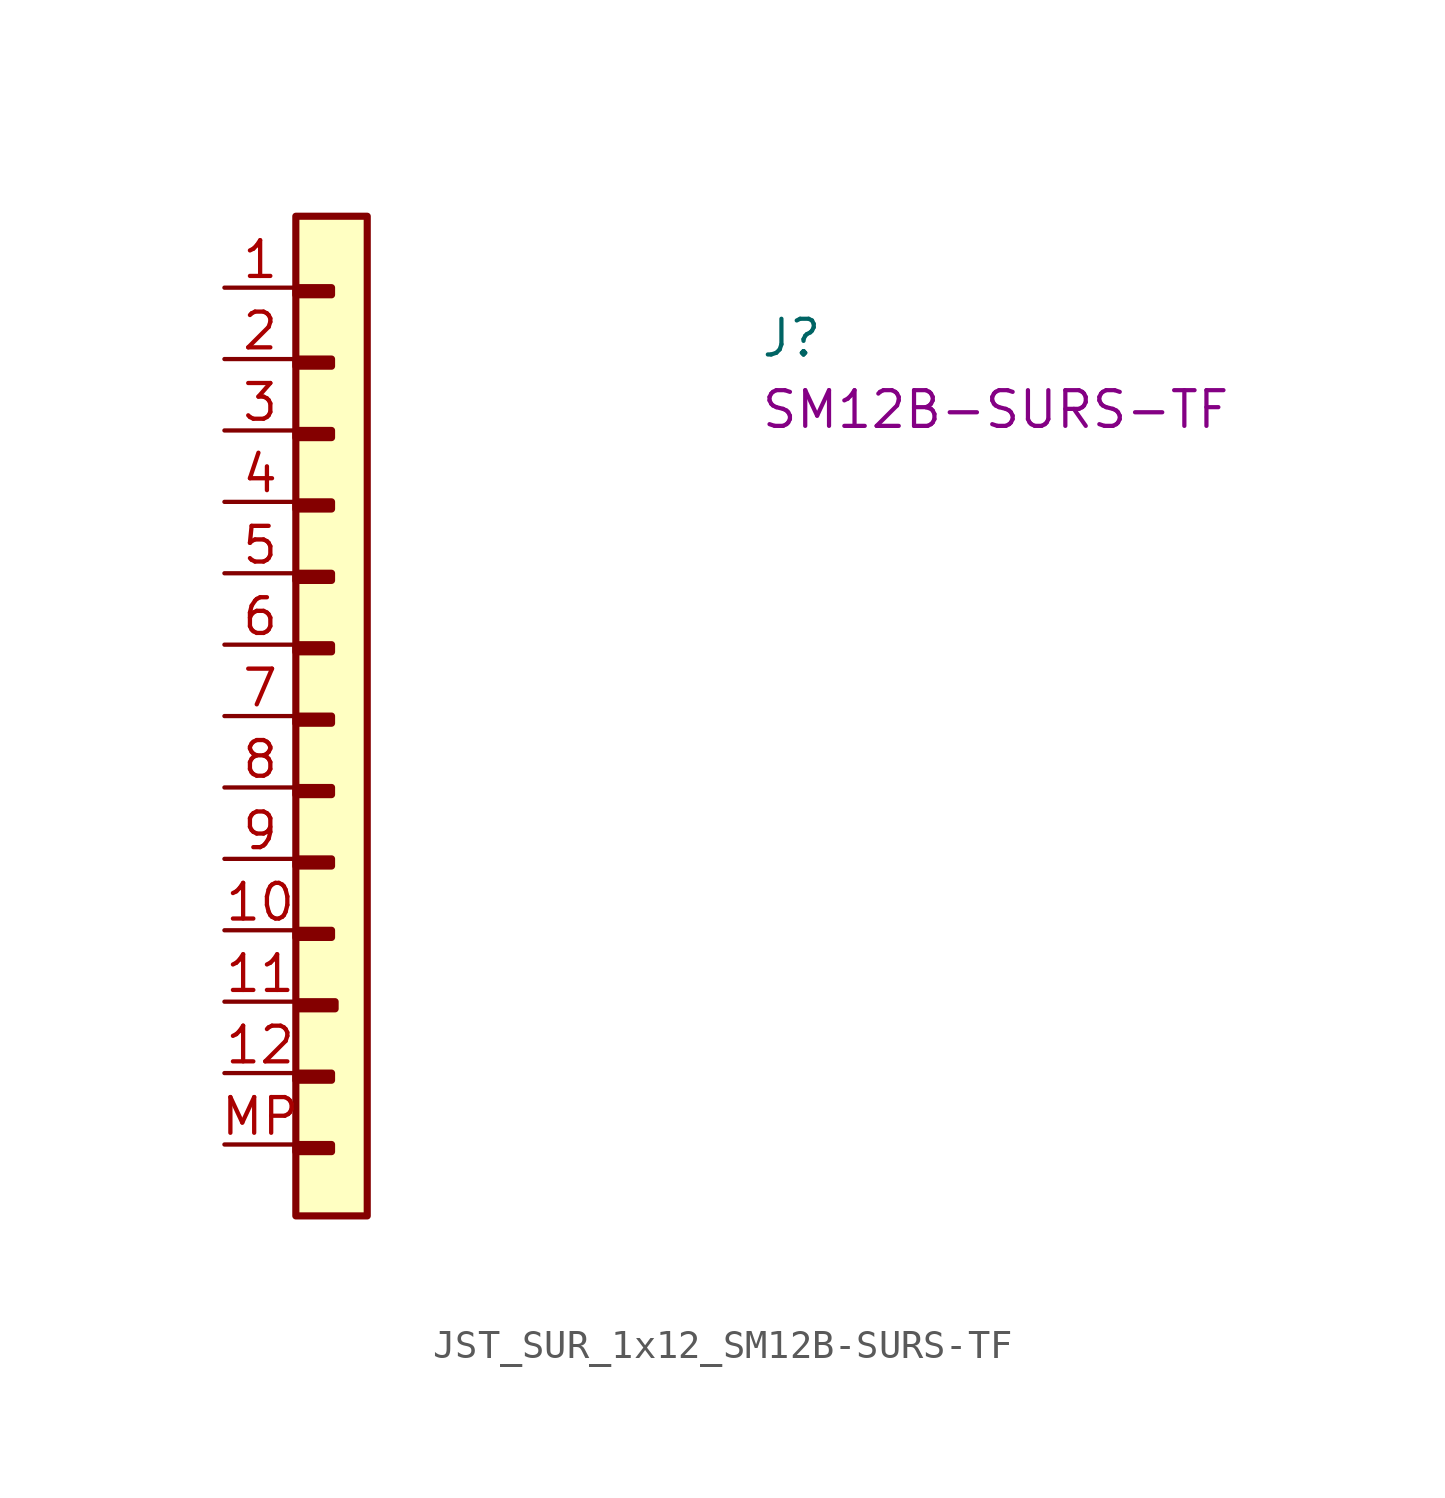
<source format=kicad_sym>
(kicad_symbol_lib
  (version 20220914)
  (generator kicad_symbol_editor)
  (symbol "JST_SUR_1x12_SM12B-SURS-TF"
    (property "Reference" "J"
      (at 19.05 -2.54 0)
      (effects (font (size 1.27 1.27) (thickness 0.15)) (justify left bottom)))
    (property "MPN" "SM12B-SURS-TF"
      (at 19.05 -5.08 0)
      (effects (font (size 1.27 1.27) (thickness 0.15)) (justify left bottom)))
    (symbol "JST_SUR_1x12_SM12B-SURS-TF_1_1"
      (rectangle (start 2.54 -30.48) (end 3.81 -30.734) (stroke (width 0.254) (type default)) (fill (type background)))
      (rectangle (start 2.54 -27.94) (end 3.81 -28.194) (stroke (width 0.254) (type default)) (fill (type background)))
      (rectangle (start 2.54 -22.86) (end 3.81 -23.114) (stroke (width 0.254) (type default)) (fill (type background)))
      (rectangle (start 2.54 -20.32) (end 3.81 -20.574) (stroke (width 0.254) (type default)) (fill (type background)))
      (rectangle (start 2.54 -17.78) (end 3.81 -18.034) (stroke (width 0.254) (type default)) (fill (type background)))
      (rectangle (start 2.54 -15.24) (end 3.81 -15.494) (stroke (width 0.254) (type default)) (fill (type background)))
      (rectangle (start 2.54 -12.7) (end 3.81 -12.954) (stroke (width 0.254) (type default)) (fill (type background)))
      (rectangle (start 2.54 -10.16) (end 3.81 -10.414) (stroke (width 0.254) (type default)) (fill (type background)))
      (rectangle (start 2.54 -7.62) (end 3.81 -7.874) (stroke (width 0.254) (type default)) (fill (type background)))
      (rectangle (start 2.54 -5.08) (end 3.81 -5.334) (stroke (width 0.254) (type default)) (fill (type background)))
      (rectangle (start 2.54 -2.54) (end 3.81 -2.794) (stroke (width 0.254) (type default)) (fill (type background)))
      (rectangle (start 2.54 0) (end 3.81 -0.254) (stroke (width 0.254) (type default)) (fill (type background)))
      (rectangle (start 2.54 2.54) (end 5.08 -33.02) (stroke (width 0.254) (type default)) (fill (type background)))
      (rectangle (start 2.667 -25.4) (end 3.937 -25.654) (stroke (width 0.254) (type default)) (fill (type background)))
      (pin passive line (at 0 0 0) (length 2.54) (name "~" (effects (font (size 1.27 1.27)))) (number "1" (effects (font (size 1.27 1.27)))))
      (pin passive line (at 0 -22.86 0) (length 2.54) (name "~" (effects (font (size 1.27 1.27)))) (number "10" (effects (font (size 1.27 1.27)))))
      (pin passive line (at 0 -25.4 0) (length 2.54) (name "~" (effects (font (size 1.27 1.27)))) (number "11" (effects (font (size 1.27 1.27)))))
      (pin passive line (at 0 -27.94 0) (length 2.54) (name "~" (effects (font (size 1.27 1.27)))) (number "12" (effects (font (size 1.27 1.27)))))
      (pin passive line (at 0 -2.54 0) (length 2.54) (name "~" (effects (font (size 1.27 1.27)))) (number "2" (effects (font (size 1.27 1.27)))))
      (pin passive line (at 0 -5.08 0) (length 2.54) (name "~" (effects (font (size 1.27 1.27)))) (number "3" (effects (font (size 1.27 1.27)))))
      (pin passive line (at 0 -7.62 0) (length 2.54) (name "~" (effects (font (size 1.27 1.27)))) (number "4" (effects (font (size 1.27 1.27)))))
      (pin passive line (at 0 -10.16 0) (length 2.54) (name "~" (effects (font (size 1.27 1.27)))) (number "5" (effects (font (size 1.27 1.27)))))
      (pin passive line (at 0 -12.7 0) (length 2.54) (name "~" (effects (font (size 1.27 1.27)))) (number "6" (effects (font (size 1.27 1.27)))))
      (pin passive line (at 0 -15.24 0) (length 2.54) (name "~" (effects (font (size 1.27 1.27)))) (number "7" (effects (font (size 1.27 1.27)))))
      (pin passive line (at 0 -17.78 0) (length 2.54) (name "~" (effects (font (size 1.27 1.27)))) (number "8" (effects (font (size 1.27 1.27)))))
      (pin passive line (at 0 -20.32 0) (length 2.54) (name "~" (effects (font (size 1.27 1.27)))) (number "9" (effects (font (size 1.27 1.27)))))
      (pin passive line (at 0 -30.48 0) (length 2.54) (name "~" (effects (font (size 1.27 1.27)))) (number "MP" (effects (font (size 1.27 1.27))))))))
</source>
